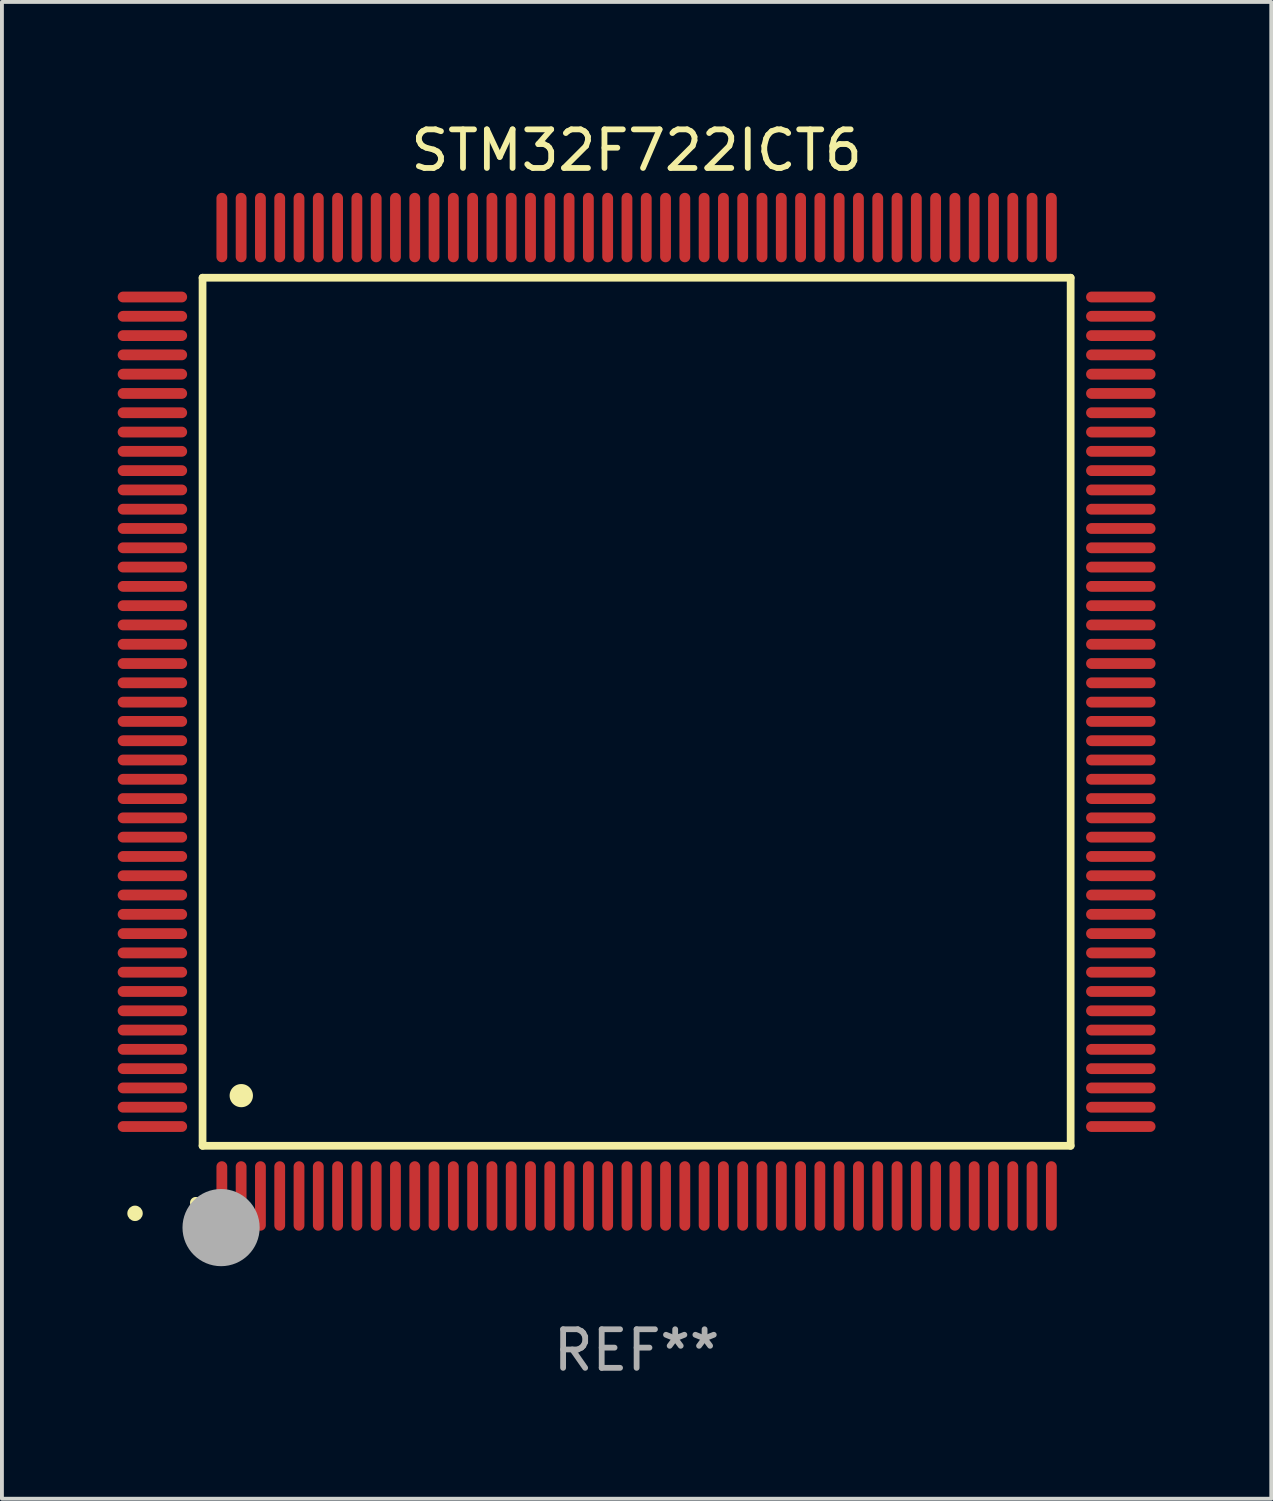
<source format=kicad_pcb>
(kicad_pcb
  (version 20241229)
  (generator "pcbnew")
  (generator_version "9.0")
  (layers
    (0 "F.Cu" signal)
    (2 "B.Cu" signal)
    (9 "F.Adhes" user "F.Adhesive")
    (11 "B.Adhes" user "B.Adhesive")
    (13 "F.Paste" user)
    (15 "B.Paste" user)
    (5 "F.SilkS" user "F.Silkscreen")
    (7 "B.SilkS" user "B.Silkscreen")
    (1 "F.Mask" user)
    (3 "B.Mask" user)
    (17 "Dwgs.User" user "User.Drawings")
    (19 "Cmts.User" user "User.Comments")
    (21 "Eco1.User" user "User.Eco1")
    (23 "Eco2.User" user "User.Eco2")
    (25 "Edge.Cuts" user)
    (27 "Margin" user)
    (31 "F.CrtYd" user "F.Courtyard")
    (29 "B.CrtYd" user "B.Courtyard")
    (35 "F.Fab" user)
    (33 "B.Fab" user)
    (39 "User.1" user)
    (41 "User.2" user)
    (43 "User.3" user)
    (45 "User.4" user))
  (footprint "STM32F722ICT6"
    (layer "F.Cu")
    (at 13.45 15.398)
    (property "Reference" "STM32F722ICT6" (at 0 -14.55 0) (layer "F.SilkS") (effects (font (size 1 1) (thickness 0.15))))
    (attr through_hole)
    (fp_line (start -11.25 -11.25) (end 11.25 -11.25) (stroke (width 0.2) (type solid)) (layer "F.SilkS"))
    (fp_line (start -11.25 11.25) (end -11.25 -11.25) (stroke (width 0.2) (type solid)) (layer "F.SilkS"))
    (fp_line (start 11.25 -11.25) (end 11.25 11.25) (stroke (width 0.2) (type solid)) (layer "F.SilkS"))
    (fp_line (start 11.25 11.25) (end -11.25 11.25) (stroke (width 0.2) (type solid)) (layer "F.SilkS"))
    (fp_arc (start -11.424943 12.725425) (mid -11.423673 12.72542) (end -11.422403 12.725425) (stroke (width 0.3) (type solid)) (layer "F.SilkS"))
    (fp_arc (start -10.24892 9.9492) (mid -10.24638 9.949189) (end -10.24384 9.9492) (stroke (width 0.6) (type solid)) (layer "F.SilkS"))
    (fp_circle (center -13 13) (end -12.9 13) (stroke (width 0.2) (type solid)) (fill no) (layer "F.SilkS"))
    (fp_circle (center -10.77 13.37) (end -10.27 13.37) (stroke (width 1) (type solid)) (fill no) (layer "F.Fab"))
    (fp_text user "REF**" (at 0 16.55 0) (layer "F.Fab") (effects (font (size 1 1) (thickness 0.15))))
    (pad "1" smd oval (at -10.75 12.55) (size 0.28 1.8) (layers "F.Cu" "F.Mask" "F.Paste"))
    (pad "2" smd oval (at -10.25 12.55) (size 0.28 1.8) (layers "F.Cu" "F.Mask" "F.Paste"))
    (pad "3" smd oval (at -9.75 12.55) (size 0.28 1.8) (layers "F.Cu" "F.Mask" "F.Paste"))
    (pad "4" smd oval (at -9.25 12.55) (size 0.28 1.8) (layers "F.Cu" "F.Mask" "F.Paste"))
    (pad "5" smd oval (at -8.75 12.55) (size 0.28 1.8) (layers "F.Cu" "F.Mask" "F.Paste"))
    (pad "6" smd oval (at -8.25 12.55) (size 0.28 1.8) (layers "F.Cu" "F.Mask" "F.Paste"))
    (pad "7" smd oval (at -7.75 12.55) (size 0.28 1.8) (layers "F.Cu" "F.Mask" "F.Paste"))
    (pad "8" smd oval (at -7.25 12.55) (size 0.28 1.8) (layers "F.Cu" "F.Mask" "F.Paste"))
    (pad "9" smd oval (at -6.75 12.55) (size 0.28 1.8) (layers "F.Cu" "F.Mask" "F.Paste"))
    (pad "10" smd oval (at -6.25 12.55) (size 0.28 1.8) (layers "F.Cu" "F.Mask" "F.Paste"))
    (pad "11" smd oval (at -5.75 12.55) (size 0.28 1.8) (layers "F.Cu" "F.Mask" "F.Paste"))
    (pad "12" smd oval (at -5.25 12.55) (size 0.28 1.8) (layers "F.Cu" "F.Mask" "F.Paste"))
    (pad "13" smd oval (at -4.75 12.55) (size 0.28 1.8) (layers "F.Cu" "F.Mask" "F.Paste"))
    (pad "14" smd oval (at -4.25 12.55) (size 0.28 1.8) (layers "F.Cu" "F.Mask" "F.Paste"))
    (pad "15" smd oval (at -3.75 12.55) (size 0.28 1.8) (layers "F.Cu" "F.Mask" "F.Paste"))
    (pad "16" smd oval (at -3.25 12.55) (size 0.28 1.8) (layers "F.Cu" "F.Mask" "F.Paste"))
    (pad "17" smd oval (at -2.75 12.55) (size 0.28 1.8) (layers "F.Cu" "F.Mask" "F.Paste"))
    (pad "18" smd oval (at -2.25 12.55) (size 0.28 1.8) (layers "F.Cu" "F.Mask" "F.Paste"))
    (pad "19" smd oval (at -1.75 12.55) (size 0.28 1.8) (layers "F.Cu" "F.Mask" "F.Paste"))
    (pad "20" smd oval (at -1.25 12.55) (size 0.28 1.8) (layers "F.Cu" "F.Mask" "F.Paste"))
    (pad "21" smd oval (at -0.75 12.55) (size 0.28 1.8) (layers "F.Cu" "F.Mask" "F.Paste"))
    (pad "22" smd oval (at -0.25 12.55) (size 0.28 1.8) (layers "F.Cu" "F.Mask" "F.Paste"))
    (pad "23" smd oval (at 0.25 12.55) (size 0.28 1.8) (layers "F.Cu" "F.Mask" "F.Paste"))
    (pad "24" smd oval (at 0.75 12.55) (size 0.28 1.8) (layers "F.Cu" "F.Mask" "F.Paste"))
    (pad "25" smd oval (at 1.25 12.55) (size 0.28 1.8) (layers "F.Cu" "F.Mask" "F.Paste"))
    (pad "26" smd oval (at 1.75 12.55) (size 0.28 1.8) (layers "F.Cu" "F.Mask" "F.Paste"))
    (pad "27" smd oval (at 2.25 12.55) (size 0.28 1.8) (layers "F.Cu" "F.Mask" "F.Paste"))
    (pad "28" smd oval (at 2.75 12.55) (size 0.28 1.8) (layers "F.Cu" "F.Mask" "F.Paste"))
    (pad "29" smd oval (at 3.25 12.55) (size 0.28 1.8) (layers "F.Cu" "F.Mask" "F.Paste"))
    (pad "30" smd oval (at 3.75 12.55) (size 0.28 1.8) (layers "F.Cu" "F.Mask" "F.Paste"))
    (pad "31" smd oval (at 4.25 12.55) (size 0.28 1.8) (layers "F.Cu" "F.Mask" "F.Paste"))
    (pad "32" smd oval (at 4.75 12.55) (size 0.28 1.8) (layers "F.Cu" "F.Mask" "F.Paste"))
    (pad "33" smd oval (at 5.25 12.55) (size 0.28 1.8) (layers "F.Cu" "F.Mask" "F.Paste"))
    (pad "34" smd oval (at 5.75 12.55) (size 0.28 1.8) (layers "F.Cu" "F.Mask" "F.Paste"))
    (pad "35" smd oval (at 6.25 12.55) (size 0.28 1.8) (layers "F.Cu" "F.Mask" "F.Paste"))
    (pad "36" smd oval (at 6.75 12.55) (size 0.28 1.8) (layers "F.Cu" "F.Mask" "F.Paste"))
    (pad "37" smd oval (at 7.25 12.55) (size 0.28 1.8) (layers "F.Cu" "F.Mask" "F.Paste"))
    (pad "38" smd oval (at 7.75 12.55) (size 0.28 1.8) (layers "F.Cu" "F.Mask" "F.Paste"))
    (pad "39" smd oval (at 8.25 12.55) (size 0.28 1.8) (layers "F.Cu" "F.Mask" "F.Paste"))
    (pad "40" smd oval (at 8.75 12.55) (size 0.28 1.8) (layers "F.Cu" "F.Mask" "F.Paste"))
    (pad "41" smd oval (at 9.25 12.55) (size 0.28 1.8) (layers "F.Cu" "F.Mask" "F.Paste"))
    (pad "42" smd oval (at 9.75 12.55) (size 0.28 1.8) (layers "F.Cu" "F.Mask" "F.Paste"))
    (pad "43" smd oval (at 10.25 12.55) (size 0.28 1.8) (layers "F.Cu" "F.Mask" "F.Paste"))
    (pad "44" smd oval (at 10.75 12.55) (size 0.28 1.8) (layers "F.Cu" "F.Mask" "F.Paste"))
    (pad "45" smd oval (at 12.55 10.75) (size 1.8 0.28) (layers "F.Cu" "F.Mask" "F.Paste"))
    (pad "46" smd oval (at 12.55 10.25) (size 1.8 0.28) (layers "F.Cu" "F.Mask" "F.Paste"))
    (pad "47" smd oval (at 12.55 9.75) (size 1.8 0.28) (layers "F.Cu" "F.Mask" "F.Paste"))
    (pad "48" smd oval (at 12.55 9.25) (size 1.8 0.28) (layers "F.Cu" "F.Mask" "F.Paste"))
    (pad "49" smd oval (at 12.55 8.75) (size 1.8 0.28) (layers "F.Cu" "F.Mask" "F.Paste"))
    (pad "50" smd oval (at 12.55 8.25) (size 1.8 0.28) (layers "F.Cu" "F.Mask" "F.Paste"))
    (pad "51" smd oval (at 12.55 7.75) (size 1.8 0.28) (layers "F.Cu" "F.Mask" "F.Paste"))
    (pad "52" smd oval (at 12.55 7.25) (size 1.8 0.28) (layers "F.Cu" "F.Mask" "F.Paste"))
    (pad "53" smd oval (at 12.55 6.75) (size 1.8 0.28) (layers "F.Cu" "F.Mask" "F.Paste"))
    (pad "54" smd oval (at 12.55 6.25) (size 1.8 0.28) (layers "F.Cu" "F.Mask" "F.Paste"))
    (pad "55" smd oval (at 12.55 5.75) (size 1.8 0.28) (layers "F.Cu" "F.Mask" "F.Paste"))
    (pad "56" smd oval (at 12.55 5.25) (size 1.8 0.28) (layers "F.Cu" "F.Mask" "F.Paste"))
    (pad "57" smd oval (at 12.55 4.75) (size 1.8 0.28) (layers "F.Cu" "F.Mask" "F.Paste"))
    (pad "58" smd oval (at 12.55 4.25) (size 1.8 0.28) (layers "F.Cu" "F.Mask" "F.Paste"))
    (pad "59" smd oval (at 12.55 3.75) (size 1.8 0.28) (layers "F.Cu" "F.Mask" "F.Paste"))
    (pad "60" smd oval (at 12.55 3.25) (size 1.8 0.28) (layers "F.Cu" "F.Mask" "F.Paste"))
    (pad "61" smd oval (at 12.55 2.75) (size 1.8 0.28) (layers "F.Cu" "F.Mask" "F.Paste"))
    (pad "62" smd oval (at 12.55 2.25) (size 1.8 0.28) (layers "F.Cu" "F.Mask" "F.Paste"))
    (pad "63" smd oval (at 12.55 1.75) (size 1.8 0.28) (layers "F.Cu" "F.Mask" "F.Paste"))
    (pad "64" smd oval (at 12.55 1.25) (size 1.8 0.28) (layers "F.Cu" "F.Mask" "F.Paste"))
    (pad "65" smd oval (at 12.55 0.75) (size 1.8 0.28) (layers "F.Cu" "F.Mask" "F.Paste"))
    (pad "66" smd oval (at 12.55 0.25) (size 1.8 0.28) (layers "F.Cu" "F.Mask" "F.Paste"))
    (pad "67" smd oval (at 12.55 -0.25) (size 1.8 0.28) (layers "F.Cu" "F.Mask" "F.Paste"))
    (pad "68" smd oval (at 12.55 -0.75) (size 1.8 0.28) (layers "F.Cu" "F.Mask" "F.Paste"))
    (pad "69" smd oval (at 12.55 -1.25) (size 1.8 0.28) (layers "F.Cu" "F.Mask" "F.Paste"))
    (pad "70" smd oval (at 12.55 -1.75) (size 1.8 0.28) (layers "F.Cu" "F.Mask" "F.Paste"))
    (pad "71" smd oval (at 12.55 -2.25) (size 1.8 0.28) (layers "F.Cu" "F.Mask" "F.Paste"))
    (pad "72" smd oval (at 12.55 -2.75) (size 1.8 0.28) (layers "F.Cu" "F.Mask" "F.Paste"))
    (pad "73" smd oval (at 12.55 -3.25) (size 1.8 0.28) (layers "F.Cu" "F.Mask" "F.Paste"))
    (pad "74" smd oval (at 12.55 -3.75) (size 1.8 0.28) (layers "F.Cu" "F.Mask" "F.Paste"))
    (pad "75" smd oval (at 12.55 -4.25) (size 1.8 0.28) (layers "F.Cu" "F.Mask" "F.Paste"))
    (pad "76" smd oval (at 12.55 -4.75) (size 1.8 0.28) (layers "F.Cu" "F.Mask" "F.Paste"))
    (pad "77" smd oval (at 12.55 -5.25) (size 1.8 0.28) (layers "F.Cu" "F.Mask" "F.Paste"))
    (pad "78" smd oval (at 12.55 -5.75) (size 1.8 0.28) (layers "F.Cu" "F.Mask" "F.Paste"))
    (pad "79" smd oval (at 12.55 -6.25) (size 1.8 0.28) (layers "F.Cu" "F.Mask" "F.Paste"))
    (pad "80" smd oval (at 12.55 -6.75) (size 1.8 0.28) (layers "F.Cu" "F.Mask" "F.Paste"))
    (pad "81" smd oval (at 12.55 -7.25) (size 1.8 0.28) (layers "F.Cu" "F.Mask" "F.Paste"))
    (pad "82" smd oval (at 12.55 -7.75) (size 1.8 0.28) (layers "F.Cu" "F.Mask" "F.Paste"))
    (pad "83" smd oval (at 12.55 -8.25) (size 1.8 0.28) (layers "F.Cu" "F.Mask" "F.Paste"))
    (pad "84" smd oval (at 12.55 -8.75) (size 1.8 0.28) (layers "F.Cu" "F.Mask" "F.Paste"))
    (pad "85" smd oval (at 12.55 -9.25) (size 1.8 0.28) (layers "F.Cu" "F.Mask" "F.Paste"))
    (pad "86" smd oval (at 12.55 -9.75) (size 1.8 0.28) (layers "F.Cu" "F.Mask" "F.Paste"))
    (pad "87" smd oval (at 12.55 -10.25) (size 1.8 0.28) (layers "F.Cu" "F.Mask" "F.Paste"))
    (pad "88" smd oval (at 12.55 -10.75) (size 1.8 0.28) (layers "F.Cu" "F.Mask" "F.Paste"))
    (pad "89" smd oval (at 10.75 -12.55) (size 0.28 1.8) (layers "F.Cu" "F.Mask" "F.Paste"))
    (pad "90" smd oval (at 10.25 -12.55) (size 0.28 1.8) (layers "F.Cu" "F.Mask" "F.Paste"))
    (pad "91" smd oval (at 9.75 -12.55) (size 0.28 1.8) (layers "F.Cu" "F.Mask" "F.Paste"))
    (pad "92" smd oval (at 9.25 -12.55) (size 0.28 1.8) (layers "F.Cu" "F.Mask" "F.Paste"))
    (pad "93" smd oval (at 8.75 -12.55) (size 0.28 1.8) (layers "F.Cu" "F.Mask" "F.Paste"))
    (pad "94" smd oval (at 8.25 -12.55) (size 0.28 1.8) (layers "F.Cu" "F.Mask" "F.Paste"))
    (pad "95" smd oval (at 7.75 -12.55) (size 0.28 1.8) (layers "F.Cu" "F.Mask" "F.Paste"))
    (pad "96" smd oval (at 7.25 -12.55) (size 0.28 1.8) (layers "F.Cu" "F.Mask" "F.Paste"))
    (pad "97" smd oval (at 6.75 -12.55) (size 0.28 1.8) (layers "F.Cu" "F.Mask" "F.Paste"))
    (pad "98" smd oval (at 6.25 -12.55) (size 0.28 1.8) (layers "F.Cu" "F.Mask" "F.Paste"))
    (pad "99" smd oval (at 5.75 -12.55) (size 0.28 1.8) (layers "F.Cu" "F.Mask" "F.Paste"))
    (pad "100" smd oval (at 5.25 -12.55) (size 0.28 1.8) (layers "F.Cu" "F.Mask" "F.Paste"))
    (pad "101" smd oval (at 4.75 -12.55) (size 0.28 1.8) (layers "F.Cu" "F.Mask" "F.Paste"))
    (pad "102" smd oval (at 4.25 -12.55) (size 0.28 1.8) (layers "F.Cu" "F.Mask" "F.Paste"))
    (pad "103" smd oval (at 3.75 -12.55) (size 0.28 1.8) (layers "F.Cu" "F.Mask" "F.Paste"))
    (pad "104" smd oval (at 3.25 -12.55) (size 0.28 1.8) (layers "F.Cu" "F.Mask" "F.Paste"))
    (pad "105" smd oval (at 2.75 -12.55) (size 0.28 1.8) (layers "F.Cu" "F.Mask" "F.Paste"))
    (pad "106" smd oval (at 2.25 -12.55) (size 0.28 1.8) (layers "F.Cu" "F.Mask" "F.Paste"))
    (pad "107" smd oval (at 1.75 -12.55) (size 0.28 1.8) (layers "F.Cu" "F.Mask" "F.Paste"))
    (pad "108" smd oval (at 1.25 -12.55) (size 0.28 1.8) (layers "F.Cu" "F.Mask" "F.Paste"))
    (pad "109" smd oval (at 0.75 -12.55) (size 0.28 1.8) (layers "F.Cu" "F.Mask" "F.Paste"))
    (pad "110" smd oval (at 0.25 -12.55) (size 0.28 1.8) (layers "F.Cu" "F.Mask" "F.Paste"))
    (pad "111" smd oval (at -0.25 -12.55) (size 0.28 1.8) (layers "F.Cu" "F.Mask" "F.Paste"))
    (pad "112" smd oval (at -0.75 -12.55) (size 0.28 1.8) (layers "F.Cu" "F.Mask" "F.Paste"))
    (pad "113" smd oval (at -1.25 -12.55) (size 0.28 1.8) (layers "F.Cu" "F.Mask" "F.Paste"))
    (pad "114" smd oval (at -1.75 -12.55) (size 0.28 1.8) (layers "F.Cu" "F.Mask" "F.Paste"))
    (pad "115" smd oval (at -2.25 -12.55) (size 0.28 1.8) (layers "F.Cu" "F.Mask" "F.Paste"))
    (pad "116" smd oval (at -2.75 -12.55) (size 0.28 1.8) (layers "F.Cu" "F.Mask" "F.Paste"))
    (pad "117" smd oval (at -3.25 -12.55) (size 0.28 1.8) (layers "F.Cu" "F.Mask" "F.Paste"))
    (pad "118" smd oval (at -3.75 -12.55) (size 0.28 1.8) (layers "F.Cu" "F.Mask" "F.Paste"))
    (pad "119" smd oval (at -4.25 -12.55) (size 0.28 1.8) (layers "F.Cu" "F.Mask" "F.Paste"))
    (pad "120" smd oval (at -4.75 -12.55) (size 0.28 1.8) (layers "F.Cu" "F.Mask" "F.Paste"))
    (pad "121" smd oval (at -5.25 -12.55) (size 0.28 1.8) (layers "F.Cu" "F.Mask" "F.Paste"))
    (pad "122" smd oval (at -5.75 -12.55) (size 0.28 1.8) (layers "F.Cu" "F.Mask" "F.Paste"))
    (pad "123" smd oval (at -6.25 -12.55) (size 0.28 1.8) (layers "F.Cu" "F.Mask" "F.Paste"))
    (pad "124" smd oval (at -6.75 -12.55) (size 0.28 1.8) (layers "F.Cu" "F.Mask" "F.Paste"))
    (pad "125" smd oval (at -7.25 -12.55) (size 0.28 1.8) (layers "F.Cu" "F.Mask" "F.Paste"))
    (pad "126" smd oval (at -7.75 -12.55) (size 0.28 1.8) (layers "F.Cu" "F.Mask" "F.Paste"))
    (pad "127" smd oval (at -8.25 -12.55) (size 0.28 1.8) (layers "F.Cu" "F.Mask" "F.Paste"))
    (pad "128" smd oval (at -8.75 -12.55) (size 0.28 1.8) (layers "F.Cu" "F.Mask" "F.Paste"))
    (pad "129" smd oval (at -9.25 -12.55) (size 0.28 1.8) (layers "F.Cu" "F.Mask" "F.Paste"))
    (pad "130" smd oval (at -9.75 -12.55) (size 0.28 1.8) (layers "F.Cu" "F.Mask" "F.Paste"))
    (pad "131" smd oval (at -10.25 -12.55) (size 0.28 1.8) (layers "F.Cu" "F.Mask" "F.Paste"))
    (pad "132" smd oval (at -10.75 -12.55) (size 0.28 1.8) (layers "F.Cu" "F.Mask" "F.Paste"))
    (pad "133" smd oval (at -12.55 -10.75) (size 1.8 0.28) (layers "F.Cu" "F.Mask" "F.Paste"))
    (pad "134" smd oval (at -12.55 -10.25) (size 1.8 0.28) (layers "F.Cu" "F.Mask" "F.Paste"))
    (pad "135" smd oval (at -12.55 -9.75) (size 1.8 0.28) (layers "F.Cu" "F.Mask" "F.Paste"))
    (pad "136" smd oval (at -12.55 -9.25) (size 1.8 0.28) (layers "F.Cu" "F.Mask" "F.Paste"))
    (pad "137" smd oval (at -12.55 -8.75) (size 1.8 0.28) (layers "F.Cu" "F.Mask" "F.Paste"))
    (pad "138" smd oval (at -12.55 -8.25) (size 1.8 0.28) (layers "F.Cu" "F.Mask" "F.Paste"))
    (pad "139" smd oval (at -12.55 -7.75) (size 1.8 0.28) (layers "F.Cu" "F.Mask" "F.Paste"))
    (pad "140" smd oval (at -12.55 -7.25) (size 1.8 0.28) (layers "F.Cu" "F.Mask" "F.Paste"))
    (pad "141" smd oval (at -12.55 -6.75) (size 1.8 0.28) (layers "F.Cu" "F.Mask" "F.Paste"))
    (pad "142" smd oval (at -12.55 -6.25) (size 1.8 0.28) (layers "F.Cu" "F.Mask" "F.Paste"))
    (pad "143" smd oval (at -12.55 -5.75) (size 1.8 0.28) (layers "F.Cu" "F.Mask" "F.Paste"))
    (pad "144" smd oval (at -12.55 -5.25) (size 1.8 0.28) (layers "F.Cu" "F.Mask" "F.Paste"))
    (pad "145" smd oval (at -12.55 -4.75) (size 1.8 0.28) (layers "F.Cu" "F.Mask" "F.Paste"))
    (pad "146" smd oval (at -12.55 -4.25) (size 1.8 0.28) (layers "F.Cu" "F.Mask" "F.Paste"))
    (pad "147" smd oval (at -12.55 -3.75) (size 1.8 0.28) (layers "F.Cu" "F.Mask" "F.Paste"))
    (pad "148" smd oval (at -12.55 -3.25) (size 1.8 0.28) (layers "F.Cu" "F.Mask" "F.Paste"))
    (pad "149" smd oval (at -12.55 -2.75) (size 1.8 0.28) (layers "F.Cu" "F.Mask" "F.Paste"))
    (pad "150" smd oval (at -12.55 -2.25) (size 1.8 0.28) (layers "F.Cu" "F.Mask" "F.Paste"))
    (pad "151" smd oval (at -12.55 -1.75) (size 1.8 0.28) (layers "F.Cu" "F.Mask" "F.Paste"))
    (pad "152" smd oval (at -12.55 -1.25) (size 1.8 0.28) (layers "F.Cu" "F.Mask" "F.Paste"))
    (pad "153" smd oval (at -12.55 -0.75) (size 1.8 0.28) (layers "F.Cu" "F.Mask" "F.Paste"))
    (pad "154" smd oval (at -12.55 -0.25) (size 1.8 0.28) (layers "F.Cu" "F.Mask" "F.Paste"))
    (pad "155" smd oval (at -12.55 0.25) (size 1.8 0.28) (layers "F.Cu" "F.Mask" "F.Paste"))
    (pad "156" smd oval (at -12.55 0.75) (size 1.8 0.28) (layers "F.Cu" "F.Mask" "F.Paste"))
    (pad "157" smd oval (at -12.55 1.25) (size 1.8 0.28) (layers "F.Cu" "F.Mask" "F.Paste"))
    (pad "158" smd oval (at -12.55 1.75) (size 1.8 0.28) (layers "F.Cu" "F.Mask" "F.Paste"))
    (pad "159" smd oval (at -12.55 2.25) (size 1.8 0.28) (layers "F.Cu" "F.Mask" "F.Paste"))
    (pad "160" smd oval (at -12.55 2.75) (size 1.8 0.28) (layers "F.Cu" "F.Mask" "F.Paste"))
    (pad "161" smd oval (at -12.55 3.25) (size 1.8 0.28) (layers "F.Cu" "F.Mask" "F.Paste"))
    (pad "162" smd oval (at -12.55 3.75) (size 1.8 0.28) (layers "F.Cu" "F.Mask" "F.Paste"))
    (pad "163" smd oval (at -12.55 4.25) (size 1.8 0.28) (layers "F.Cu" "F.Mask" "F.Paste"))
    (pad "164" smd oval (at -12.55 4.75) (size 1.8 0.28) (layers "F.Cu" "F.Mask" "F.Paste"))
    (pad "165" smd oval (at -12.55 5.25) (size 1.8 0.28) (layers "F.Cu" "F.Mask" "F.Paste"))
    (pad "166" smd oval (at -12.55 5.75) (size 1.8 0.28) (layers "F.Cu" "F.Mask" "F.Paste"))
    (pad "167" smd oval (at -12.55 6.25) (size 1.8 0.28) (layers "F.Cu" "F.Mask" "F.Paste"))
    (pad "168" smd oval (at -12.55 6.75) (size 1.8 0.28) (layers "F.Cu" "F.Mask" "F.Paste"))
    (pad "169" smd oval (at -12.55 7.25) (size 1.8 0.28) (layers "F.Cu" "F.Mask" "F.Paste"))
    (pad "170" smd oval (at -12.55 7.75) (size 1.8 0.28) (layers "F.Cu" "F.Mask" "F.Paste"))
    (pad "171" smd oval (at -12.55 8.25) (size 1.8 0.28) (layers "F.Cu" "F.Mask" "F.Paste"))
    (pad "172" smd oval (at -12.55 8.75) (size 1.8 0.28) (layers "F.Cu" "F.Mask" "F.Paste"))
    (pad "173" smd oval (at -12.55 9.25) (size 1.8 0.28) (layers "F.Cu" "F.Mask" "F.Paste"))
    (pad "174" smd oval (at -12.55 9.75) (size 1.8 0.28) (layers "F.Cu" "F.Mask" "F.Paste"))
    (pad "175" smd oval (at -12.55 10.25) (size 1.8 0.28) (layers "F.Cu" "F.Mask" "F.Paste"))
    (pad "176" smd oval (at -12.55 10.75) (size 1.8 0.28) (layers "F.Cu" "F.Mask" "F.Paste")))
  (gr_rect
    (start -3 -3)
    (end 29.9 35.796)
    (stroke (width 0.1) (type default))
    (fill no)
    (layer "Edge.Cuts")))
</source>
